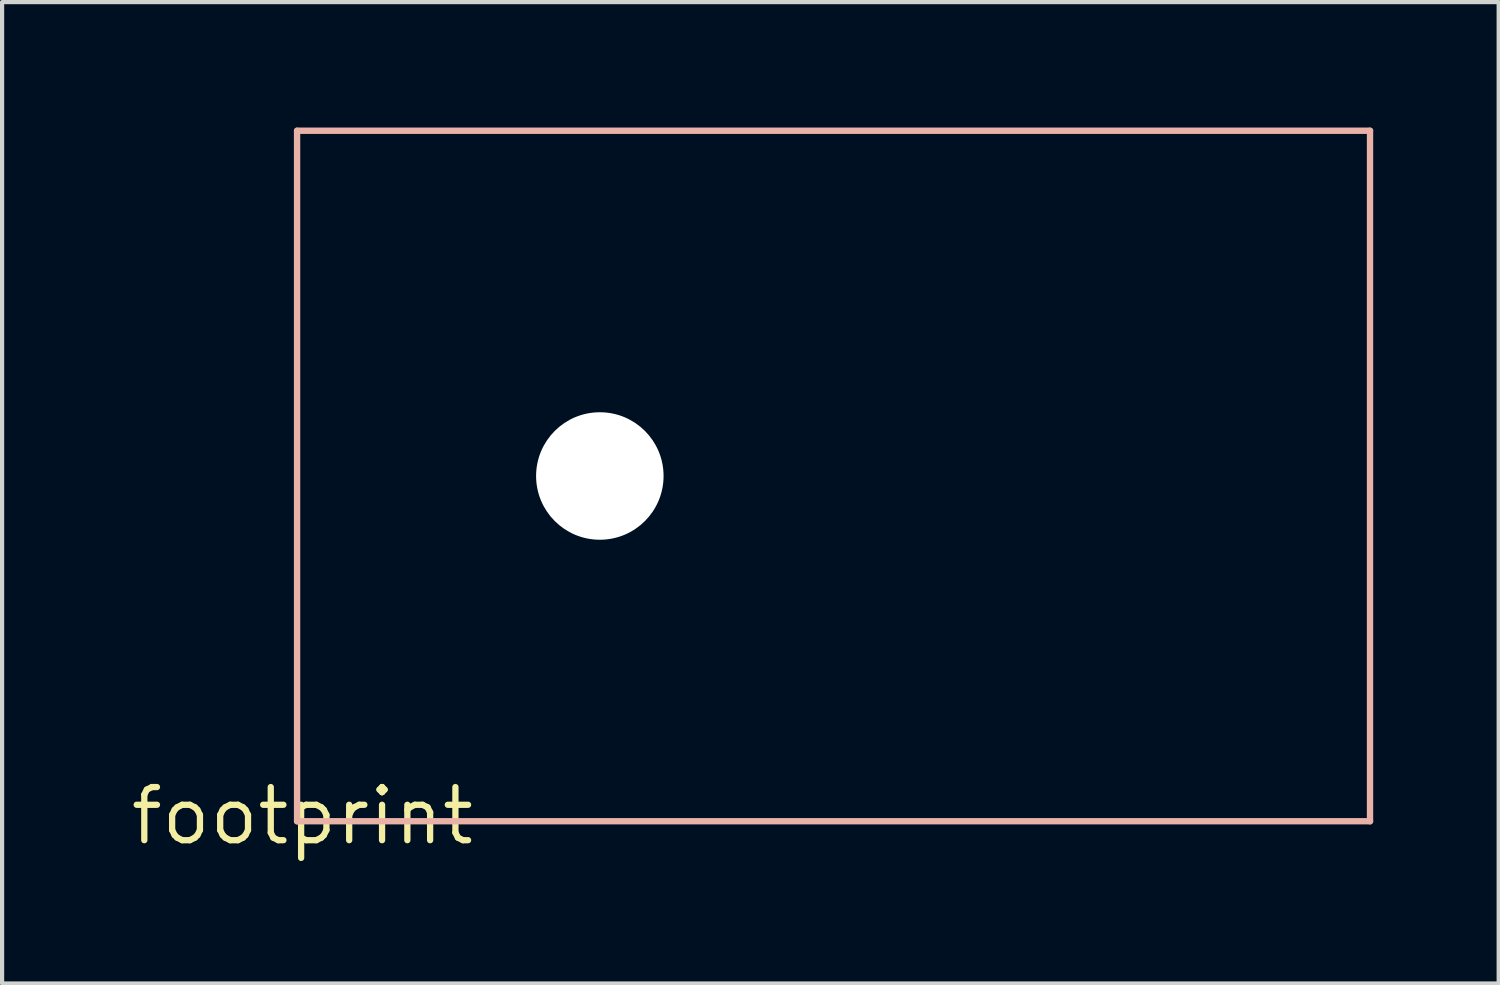
<source format=kicad_pcb>
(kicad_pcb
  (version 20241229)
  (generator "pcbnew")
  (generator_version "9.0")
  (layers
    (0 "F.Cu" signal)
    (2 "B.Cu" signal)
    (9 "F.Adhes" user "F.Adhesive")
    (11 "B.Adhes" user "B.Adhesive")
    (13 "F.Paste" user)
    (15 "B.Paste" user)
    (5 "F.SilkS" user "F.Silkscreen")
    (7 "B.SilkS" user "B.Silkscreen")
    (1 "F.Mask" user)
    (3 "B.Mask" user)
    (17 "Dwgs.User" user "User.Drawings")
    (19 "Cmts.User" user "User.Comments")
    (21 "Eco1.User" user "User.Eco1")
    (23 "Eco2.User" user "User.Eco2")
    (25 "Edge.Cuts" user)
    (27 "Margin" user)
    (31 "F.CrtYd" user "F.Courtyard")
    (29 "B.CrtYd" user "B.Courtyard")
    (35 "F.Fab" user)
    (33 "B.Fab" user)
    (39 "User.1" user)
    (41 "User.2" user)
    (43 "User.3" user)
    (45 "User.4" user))
  (footprint "footprint"
    (layer "F.Cu")
    (at 4.18 16.459)
    (property "Reference" "footprint" (at 0 0 0) (layer "F.SilkS") (effects (font (size 1.27 1.27) (thickness 0.15))))
    (fp_poly (pts (xy 0 0) (xy 25.4 0) (xy 25.4 -16.256) (xy 0 -16.256)) (stroke (width 0) (type solid)) (fill yes) (layer "B.Mask"))
    (fp_line (start -0.127 -16.383) (end -0.127 0.127) (stroke (width 0.152) (type solid)) (layer "B.SilkS"))
    (fp_line (start -0.127 0.127) (end 25.527 0.127) (stroke (width 0.152) (type solid)) (layer "B.SilkS"))
    (fp_line (start 25.527 -16.383) (end -0.127 -16.383) (stroke (width 0.152) (type solid)) (layer "B.SilkS"))
    (fp_line (start 25.527 0.127) (end 25.527 -16.383) (stroke (width 0.152) (type solid)) (layer "B.SilkS"))
    (pad "" np_thru_hole circle (at 7.112 -8.128) (size 3.048 3.048) (drill 3.048) (layers "*.Cu" "*.Mask")))
  (gr_rect
    (start -3 -3)
    (end 32.783 20.465)
    (stroke (width 0.1) (type default))
    (fill no)
    (layer "Edge.Cuts")))
</source>
